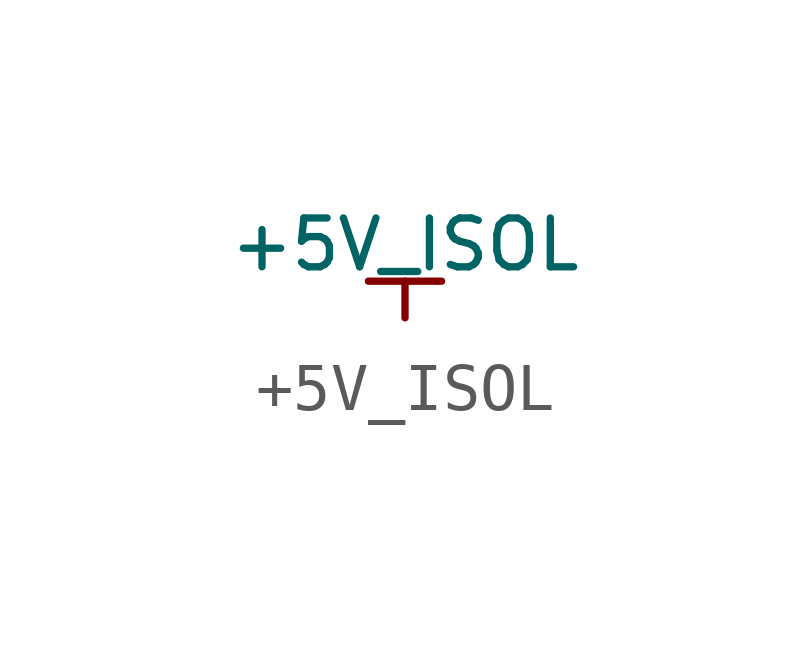
<source format=kicad_sym>
(kicad_symbol_lib
  (version 20211014)
  (generator kicad_symbol_editor)
  (symbol "+5V_ISOL"
    (power)
    (pin_numbers hide)
    (pin_names
      (offset 0) hide)
    (property "Reference" "#PWR"
      (at 0.254 0 0)
      (effects (font (size 0.508 0.508)) hide))
    (property "Value" "+5V_ISOL"
      (at 0 1.524 0)
      (effects (font (size 1.016 1.016))))
    (symbol "+5V_ISOL_0_1"
      (polyline (pts (xy -0.762 0.762) (xy 0.762 0.762)) (stroke (width 0) (type default) (color 0 0 0 0)) (fill (type none)))
      (polyline (pts (xy 0 0) (xy 0 0.762)) (stroke (width 0) (type default) (color 0 0 0 0)) (fill (type none))))
    (symbol "+5V_ISOL_1_1"
      (pin power_in line (at 0 0 90) (length 0) hide (name "+5V" (effects (font (size 1.27 1.27)))) (number "1" (effects (font (size 1.27 1.27))))))))
</source>
